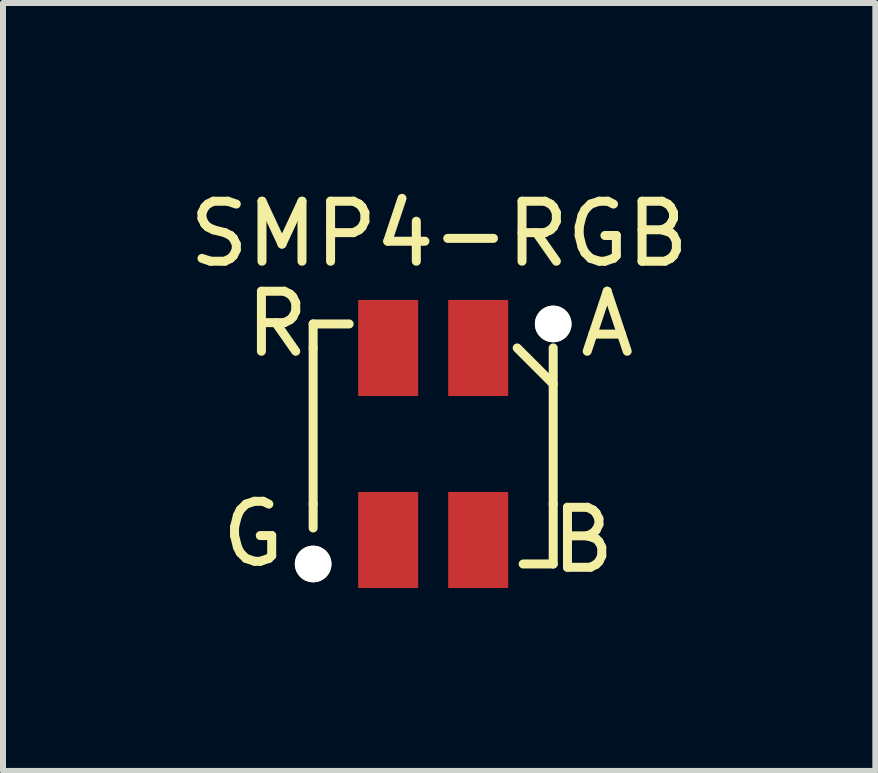
<source format=kicad_pcb>
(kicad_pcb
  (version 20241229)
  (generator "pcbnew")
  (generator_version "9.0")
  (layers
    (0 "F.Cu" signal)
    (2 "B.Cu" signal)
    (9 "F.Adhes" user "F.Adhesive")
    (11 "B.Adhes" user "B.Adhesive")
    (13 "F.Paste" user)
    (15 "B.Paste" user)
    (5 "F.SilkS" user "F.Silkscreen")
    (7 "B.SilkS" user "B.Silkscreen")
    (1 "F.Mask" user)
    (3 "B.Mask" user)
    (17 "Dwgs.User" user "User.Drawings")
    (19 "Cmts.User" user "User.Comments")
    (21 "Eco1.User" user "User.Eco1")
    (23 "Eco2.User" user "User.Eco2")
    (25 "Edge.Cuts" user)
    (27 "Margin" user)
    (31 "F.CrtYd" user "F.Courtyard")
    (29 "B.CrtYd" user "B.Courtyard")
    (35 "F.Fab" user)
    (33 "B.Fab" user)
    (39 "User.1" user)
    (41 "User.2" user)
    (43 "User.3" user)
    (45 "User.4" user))
  (footprint "SMP4-RGB"
    (layer "F.Cu")
    (at 4.168 4.348)
    (property "Reference" "SMP4-RGB" (at 0.1 -3.5 0) (layer "F.SilkS") (effects (font (size 1 1) (thickness 0.15))))
    (attr smd)
    (fp_line (start -2 -2) (end -2 -1.6) (stroke (width 0.15) (type solid)) (layer "F.SilkS"))
    (fp_line (start -2 -2) (end -1.4 -2) (stroke (width 0.15) (type solid)) (layer "F.SilkS"))
    (fp_line (start -2 -1.6) (end -2 1) (stroke (width 0.15) (type solid)) (layer "F.SilkS"))
    (fp_line (start -2 1) (end -2 1.4) (stroke (width 0.15) (type solid)) (layer "F.SilkS"))
    (fp_line (start 1.4 -1.6) (end 2 -1) (stroke (width 0.15) (type solid)) (layer "F.SilkS"))
    (fp_line (start 2 1) (end 2 -1.6) (stroke (width 0.15) (type solid)) (layer "F.SilkS"))
    (fp_line (start 2 1) (end 2 2) (stroke (width 0.15) (type solid)) (layer "F.SilkS"))
    (fp_line (start 2 2) (end 1.5 2) (stroke (width 0.15) (type solid)) (layer "F.SilkS"))
    (fp_text user "G" (at -3 1.5 0) (layer "F.SilkS") (effects (font (size 1 1) (thickness 0.15))))
    (fp_text user "R" (at -2.6 -2 0) (layer "F.SilkS") (effects (font (size 1 1) (thickness 0.15))))
    (fp_text user "A" (at 2.9 -2 0) (layer "F.SilkS") (effects (font (size 1 1) (thickness 0.15))))
    (fp_text user "B" (at 2.5 1.6 0) (layer "F.SilkS") (effects (font (size 1 1) (thickness 0.15))))
    (pad "" np_thru_hole circle (at -2 2 90) (size 0.61 0.61) (drill 0.61) (layers "*.Cu" "*.Mask" "F.SilkS"))
    (pad "" np_thru_hole circle (at 2 -2 90) (size 0.61 0.61) (drill 0.61) (layers "*.Cu" "*.Mask" "F.SilkS"))
    (pad "1" smd rect (at 0.75 -1.6 90) (size 1.6 1) (layers "F.Cu" "F.Mask" "F.Paste"))
    (pad "2" smd rect (at -0.75 -1.6 90) (size 1.6 1) (layers "F.Cu" "F.Mask" "F.Paste"))
    (pad "3" smd rect (at -0.75 1.6 90) (size 1.6 1) (layers "F.Cu" "F.Mask" "F.Paste"))
    (pad "4" smd rect (at 0.75 1.6 90) (size 1.6 1) (layers "F.Cu" "F.Mask" "F.Paste")))
  (gr_rect
    (start -3 -3)
    (end 11.536 9.796)
    (stroke (width 0.1) (type default))
    (fill no)
    (layer "Edge.Cuts")))
</source>
